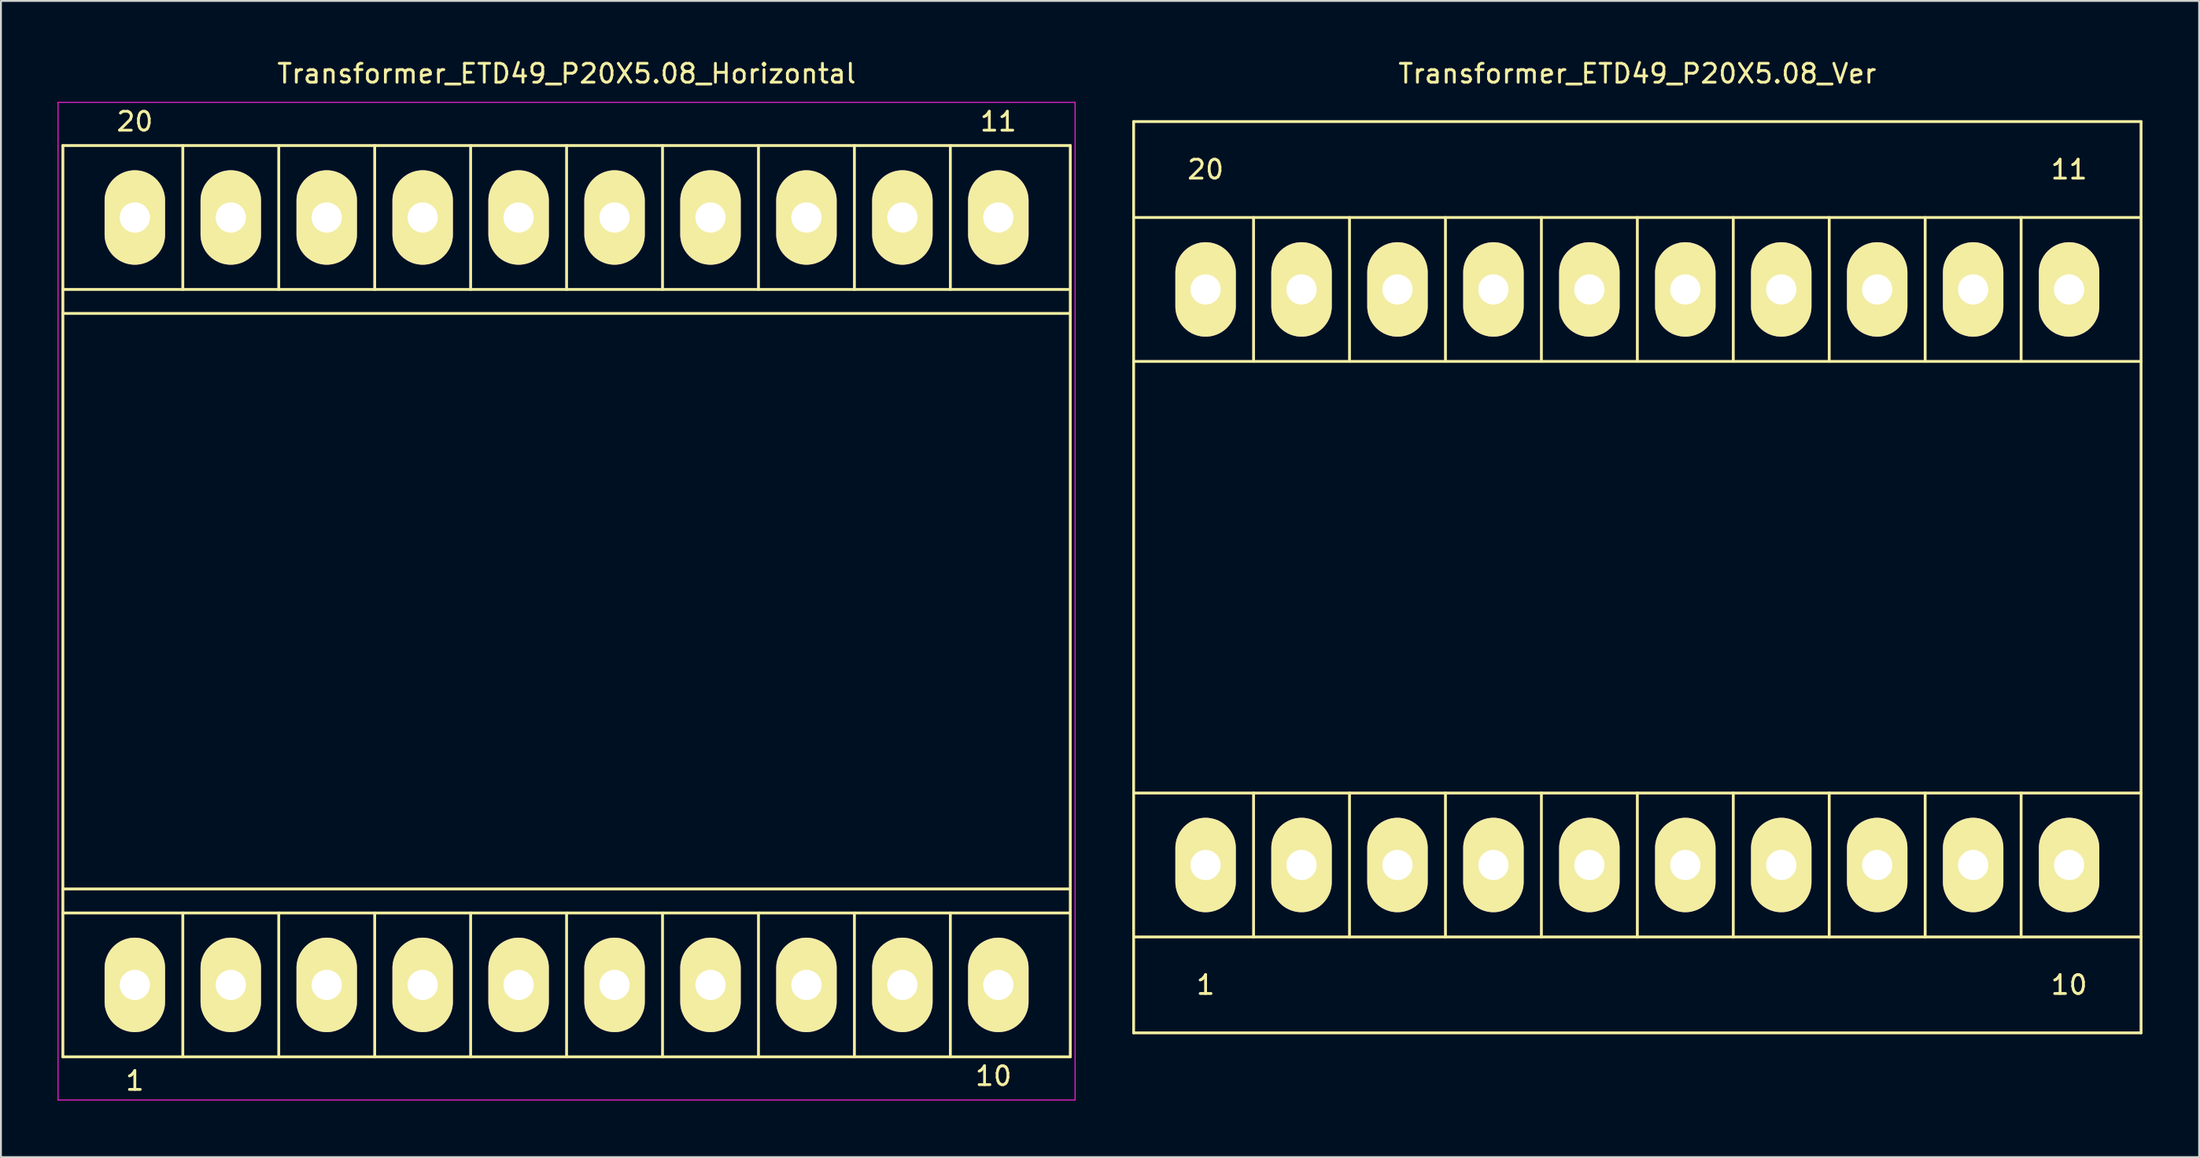
<source format=kicad_pcb>
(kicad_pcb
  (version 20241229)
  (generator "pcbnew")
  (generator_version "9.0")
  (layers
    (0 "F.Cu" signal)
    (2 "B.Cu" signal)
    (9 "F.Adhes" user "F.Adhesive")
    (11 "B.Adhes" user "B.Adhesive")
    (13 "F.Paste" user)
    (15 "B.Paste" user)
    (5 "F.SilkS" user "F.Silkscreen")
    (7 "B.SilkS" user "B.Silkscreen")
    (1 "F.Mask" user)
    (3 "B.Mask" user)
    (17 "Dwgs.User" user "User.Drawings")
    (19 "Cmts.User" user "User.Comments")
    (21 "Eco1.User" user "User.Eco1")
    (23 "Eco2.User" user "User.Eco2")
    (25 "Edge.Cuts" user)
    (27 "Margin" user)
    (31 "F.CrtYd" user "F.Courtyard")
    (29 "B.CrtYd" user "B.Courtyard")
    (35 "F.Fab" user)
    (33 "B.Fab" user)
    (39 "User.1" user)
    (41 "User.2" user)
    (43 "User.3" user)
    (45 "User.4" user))
  (footprint "Transformer_ETD49_P20X5.08_Horizontal"
    (layer "F.Cu")
    (at 4.089 49.108)
    (property "Reference" "Transformer_ETD49_P20X5.08_Horizontal" (at 22.86 -48.26 0) (layer "F.SilkS") (effects (font (size 1 1) (thickness 0.15))))
    (attr through_hole)
    (fp_line (start -3.81 -44.45) (end 49.53 -44.45) (stroke (width 0.15) (type solid)) (layer "F.SilkS"))
    (fp_line (start -3.81 -36.83) (end 49.53 -36.83) (stroke (width 0.15) (type solid)) (layer "F.SilkS"))
    (fp_line (start -3.81 -35.56) (end 49.53 -35.56) (stroke (width 0.15) (type solid)) (layer "F.SilkS"))
    (fp_line (start -3.81 -5.08) (end 49.53 -5.08) (stroke (width 0.15) (type solid)) (layer "F.SilkS"))
    (fp_line (start -3.81 -3.81) (end 49.53 -3.81) (stroke (width 0.15) (type solid)) (layer "F.SilkS"))
    (fp_line (start -3.81 3.81) (end -3.81 -44.45) (stroke (width 0.15) (type solid)) (layer "F.SilkS"))
    (fp_line (start 2.54 -44.45) (end 2.54 -36.83) (stroke (width 0.15) (type solid)) (layer "F.SilkS"))
    (fp_line (start 2.54 -3.81) (end 2.54 3.81) (stroke (width 0.15) (type solid)) (layer "F.SilkS"))
    (fp_line (start 7.62 -44.45) (end 7.62 -36.83) (stroke (width 0.15) (type solid)) (layer "F.SilkS"))
    (fp_line (start 7.62 -3.81) (end 7.62 3.81) (stroke (width 0.15) (type solid)) (layer "F.SilkS"))
    (fp_line (start 12.7 -44.45) (end 12.7 -36.83) (stroke (width 0.15) (type solid)) (layer "F.SilkS"))
    (fp_line (start 12.7 -3.81) (end 12.7 3.81) (stroke (width 0.15) (type solid)) (layer "F.SilkS"))
    (fp_line (start 17.78 -44.45) (end 17.78 -36.83) (stroke (width 0.15) (type solid)) (layer "F.SilkS"))
    (fp_line (start 17.78 -3.81) (end 17.78 3.81) (stroke (width 0.15) (type solid)) (layer "F.SilkS"))
    (fp_line (start 22.86 -44.45) (end 22.86 -36.83) (stroke (width 0.15) (type solid)) (layer "F.SilkS"))
    (fp_line (start 22.86 -3.81) (end 22.86 3.81) (stroke (width 0.15) (type solid)) (layer "F.SilkS"))
    (fp_line (start 27.94 -44.45) (end 27.94 -36.83) (stroke (width 0.15) (type solid)) (layer "F.SilkS"))
    (fp_line (start 27.94 -3.81) (end 27.94 3.81) (stroke (width 0.15) (type solid)) (layer "F.SilkS"))
    (fp_line (start 33.02 -44.45) (end 33.02 -36.83) (stroke (width 0.15) (type solid)) (layer "F.SilkS"))
    (fp_line (start 33.02 -3.81) (end 33.02 3.81) (stroke (width 0.15) (type solid)) (layer "F.SilkS"))
    (fp_line (start 38.1 -44.45) (end 38.1 -36.83) (stroke (width 0.15) (type solid)) (layer "F.SilkS"))
    (fp_line (start 38.1 -3.81) (end 38.1 3.81) (stroke (width 0.15) (type solid)) (layer "F.SilkS"))
    (fp_line (start 43.18 -44.45) (end 43.18 -36.83) (stroke (width 0.15) (type solid)) (layer "F.SilkS"))
    (fp_line (start 43.18 -3.81) (end 43.18 3.81) (stroke (width 0.15) (type solid)) (layer "F.SilkS"))
    (fp_line (start 49.53 -44.45) (end 49.53 3.81) (stroke (width 0.15) (type solid)) (layer "F.SilkS"))
    (fp_line (start 49.53 3.81) (end -3.81 3.81) (stroke (width 0.15) (type solid)) (layer "F.SilkS"))
    (fp_line (start -4.064 -46.736) (end 49.784 -46.736) (stroke (width 0.05) (type solid)) (layer "F.CrtYd"))
    (fp_line (start -4.064 6.096) (end -4.064 -46.736) (stroke (width 0.05) (type solid)) (layer "F.CrtYd"))
    (fp_line (start 49.784 -46.736) (end 49.784 6.096) (stroke (width 0.05) (type solid)) (layer "F.CrtYd"))
    (fp_line (start 49.784 6.096) (end -4.064 6.096) (stroke (width 0.05) (type solid)) (layer "F.CrtYd"))
    (fp_text user "10" (at 45.466 4.826 0) (layer "F.SilkS") (effects (font (size 1 1) (thickness 0.15))))
    (fp_text user "20" (at 0 -45.72 0) (layer "F.SilkS") (effects (font (size 1 1) (thickness 0.15))))
    (fp_text user "11" (at 45.72 -45.72 0) (layer "F.SilkS") (effects (font (size 1 1) (thickness 0.15))))
    (fp_text user "1" (at 0 5.08 0) (layer "F.SilkS") (effects (font (size 1 1) (thickness 0.15))))
    (pad "1" thru_hole oval (at 0 0) (size 3.2 5) (drill 1.6) (layers "*.Cu" "*.Mask" "F.SilkS"))
    (pad "2" thru_hole oval (at 5.08 0) (size 3.2 5) (drill 1.6) (layers "*.Cu" "*.Mask" "F.SilkS"))
    (pad "3" thru_hole oval (at 10.16 0) (size 3.2 5) (drill 1.6) (layers "*.Cu" "*.Mask" "F.SilkS"))
    (pad "4" thru_hole oval (at 15.24 0) (size 3.2 5) (drill 1.6) (layers "*.Cu" "*.Mask" "F.SilkS"))
    (pad "5" thru_hole oval (at 20.32 0) (size 3.2 5) (drill 1.6) (layers "*.Cu" "*.Mask" "F.SilkS"))
    (pad "6" thru_hole oval (at 25.4 0) (size 3.2 5) (drill 1.6) (layers "*.Cu" "*.Mask" "F.SilkS"))
    (pad "7" thru_hole oval (at 30.48 0) (size 3.2 5) (drill 1.6) (layers "*.Cu" "*.Mask" "F.SilkS"))
    (pad "8" thru_hole oval (at 35.56 0) (size 3.2 5) (drill 1.6) (layers "*.Cu" "*.Mask" "F.SilkS"))
    (pad "9" thru_hole oval (at 40.64 0) (size 3.2 5) (drill 1.6) (layers "*.Cu" "*.Mask" "F.SilkS"))
    (pad "10" thru_hole oval (at 45.72 0) (size 3.2 5) (drill 1.6) (layers "*.Cu" "*.Mask" "F.SilkS"))
    (pad "11" thru_hole oval (at 45.72 -40.64) (size 3.2 5) (drill 1.6) (layers "*.Cu" "*.Mask" "F.SilkS"))
    (pad "12" thru_hole oval (at 40.64 -40.64) (size 3.2 5) (drill 1.6) (layers "*.Cu" "*.Mask" "F.SilkS"))
    (pad "13" thru_hole oval (at 35.56 -40.64) (size 3.2 5) (drill 1.6) (layers "*.Cu" "*.Mask" "F.SilkS"))
    (pad "14" thru_hole oval (at 30.48 -40.64) (size 3.2 5) (drill 1.6) (layers "*.Cu" "*.Mask" "F.SilkS"))
    (pad "15" thru_hole oval (at 25.4 -40.64) (size 3.2 5) (drill 1.6) (layers "*.Cu" "*.Mask" "F.SilkS"))
    (pad "16" thru_hole oval (at 20.32 -40.64) (size 3.2 5) (drill 1.6) (layers "*.Cu" "*.Mask" "F.SilkS"))
    (pad "17" thru_hole oval (at 15.24 -40.64) (size 3.2 5) (drill 1.6) (layers "*.Cu" "*.Mask" "F.SilkS"))
    (pad "18" thru_hole oval (at 10.16 -40.64) (size 3.2 5) (drill 1.6) (layers "*.Cu" "*.Mask" "F.SilkS"))
    (pad "19" thru_hole oval (at 5.08 -40.64) (size 3.2 5) (drill 1.6) (layers "*.Cu" "*.Mask" "F.SilkS"))
    (pad "20" thru_hole oval (at 0 -40.64) (size 3.2 5) (drill 1.6) (layers "*.Cu" "*.Mask" "F.SilkS")))
  (footprint "Transformer_ETD49_P20X5.08_Ver"
    (layer "F.Cu")
    (at 83.643 27.518)
    (property "Reference" "Transformer_ETD49_P20X5.08_Ver" (at 0 -26.67 0) (layer "F.SilkS") (effects (font (size 1 1) (thickness 0.15))))
    (attr through_hole)
    (fp_line (start -26.67 -24.13) (end 26.67 -24.13) (stroke (width 0.15) (type solid)) (layer "F.SilkS"))
    (fp_line (start -26.67 -19.05) (end 26.67 -19.05) (stroke (width 0.15) (type solid)) (layer "F.SilkS"))
    (fp_line (start -26.67 -11.43) (end 26.67 -11.43) (stroke (width 0.15) (type solid)) (layer "F.SilkS"))
    (fp_line (start -26.67 11.43) (end 26.67 11.43) (stroke (width 0.15) (type solid)) (layer "F.SilkS"))
    (fp_line (start -26.67 19.05) (end 26.67 19.05) (stroke (width 0.15) (type solid)) (layer "F.SilkS"))
    (fp_line (start -26.67 24.13) (end -26.67 -24.13) (stroke (width 0.15) (type solid)) (layer "F.SilkS"))
    (fp_line (start -20.32 -19.05) (end -20.32 -11.43) (stroke (width 0.15) (type solid)) (layer "F.SilkS"))
    (fp_line (start -20.32 11.43) (end -20.32 19.05) (stroke (width 0.15) (type solid)) (layer "F.SilkS"))
    (fp_line (start -15.24 -19.05) (end -15.24 -11.43) (stroke (width 0.15) (type solid)) (layer "F.SilkS"))
    (fp_line (start -15.24 11.43) (end -15.24 19.05) (stroke (width 0.15) (type solid)) (layer "F.SilkS"))
    (fp_line (start -10.16 -19.05) (end -10.16 -11.43) (stroke (width 0.15) (type solid)) (layer "F.SilkS"))
    (fp_line (start -10.16 11.43) (end -10.16 19.05) (stroke (width 0.15) (type solid)) (layer "F.SilkS"))
    (fp_line (start -5.08 -19.05) (end -5.08 -11.43) (stroke (width 0.15) (type solid)) (layer "F.SilkS"))
    (fp_line (start -5.08 11.43) (end -5.08 19.05) (stroke (width 0.15) (type solid)) (layer "F.SilkS"))
    (fp_line (start 0 -19.05) (end 0 -11.43) (stroke (width 0.15) (type solid)) (layer "F.SilkS"))
    (fp_line (start 0 11.43) (end 0 19.05) (stroke (width 0.15) (type solid)) (layer "F.SilkS"))
    (fp_line (start 5.08 -19.05) (end 5.08 -11.43) (stroke (width 0.15) (type solid)) (layer "F.SilkS"))
    (fp_line (start 5.08 11.43) (end 5.08 19.05) (stroke (width 0.15) (type solid)) (layer "F.SilkS"))
    (fp_line (start 10.16 -19.05) (end 10.16 -11.43) (stroke (width 0.15) (type solid)) (layer "F.SilkS"))
    (fp_line (start 10.16 11.43) (end 10.16 19.05) (stroke (width 0.15) (type solid)) (layer "F.SilkS"))
    (fp_line (start 15.24 -19.05) (end 15.24 -11.43) (stroke (width 0.15) (type solid)) (layer "F.SilkS"))
    (fp_line (start 15.24 11.43) (end 15.24 19.05) (stroke (width 0.15) (type solid)) (layer "F.SilkS"))
    (fp_line (start 20.32 -19.05) (end 20.32 -11.43) (stroke (width 0.15) (type solid)) (layer "F.SilkS"))
    (fp_line (start 20.32 11.43) (end 20.32 19.05) (stroke (width 0.15) (type solid)) (layer "F.SilkS"))
    (fp_line (start 26.67 -24.13) (end 26.67 24.13) (stroke (width 0.15) (type solid)) (layer "F.SilkS"))
    (fp_line (start 26.67 24.13) (end -26.67 24.13) (stroke (width 0.15) (type solid)) (layer "F.SilkS"))
    (fp_text user "10" (at 22.86 21.59 0) (layer "F.SilkS") (effects (font (size 1 1) (thickness 0.15))))
    (fp_text user "1" (at -22.86 21.59 0) (layer "F.SilkS") (effects (font (size 1 1) (thickness 0.15))))
    (fp_text user "20" (at -22.86 -21.59 0) (layer "F.SilkS") (effects (font (size 1 1) (thickness 0.15))))
    (fp_text user "11" (at 22.86 -21.59 0) (layer "F.SilkS") (effects (font (size 1 1) (thickness 0.15))))
    (pad "1" thru_hole oval (at -22.86 15.24) (size 3.2 5) (drill 1.6) (layers "*.Cu" "*.Mask" "F.SilkS"))
    (pad "2" thru_hole oval (at -17.78 15.24) (size 3.2 5) (drill 1.6) (layers "*.Cu" "*.Mask" "F.SilkS"))
    (pad "3" thru_hole oval (at -12.7 15.24) (size 3.2 5) (drill 1.6) (layers "*.Cu" "*.Mask" "F.SilkS"))
    (pad "4" thru_hole oval (at -7.62 15.24) (size 3.2 5) (drill 1.6) (layers "*.Cu" "*.Mask" "F.SilkS"))
    (pad "5" thru_hole oval (at -2.54 15.24) (size 3.2 5) (drill 1.6) (layers "*.Cu" "*.Mask" "F.SilkS"))
    (pad "6" thru_hole oval (at 2.54 15.24) (size 3.2 5) (drill 1.6) (layers "*.Cu" "*.Mask" "F.SilkS"))
    (pad "7" thru_hole oval (at 7.62 15.24) (size 3.2 5) (drill 1.6) (layers "*.Cu" "*.Mask" "F.SilkS"))
    (pad "8" thru_hole oval (at 12.7 15.24) (size 3.2 5) (drill 1.6) (layers "*.Cu" "*.Mask" "F.SilkS"))
    (pad "9" thru_hole oval (at 17.78 15.24) (size 3.2 5) (drill 1.6) (layers "*.Cu" "*.Mask" "F.SilkS"))
    (pad "10" thru_hole oval (at 22.86 15.24) (size 3.2 5) (drill 1.6) (layers "*.Cu" "*.Mask" "F.SilkS"))
    (pad "11" thru_hole oval (at 22.86 -15.24) (size 3.2 5) (drill 1.6) (layers "*.Cu" "*.Mask" "F.SilkS"))
    (pad "12" thru_hole oval (at 17.78 -15.24) (size 3.2 5) (drill 1.6) (layers "*.Cu" "*.Mask" "F.SilkS"))
    (pad "13" thru_hole oval (at 12.7 -15.24) (size 3.2 5) (drill 1.6) (layers "*.Cu" "*.Mask" "F.SilkS"))
    (pad "14" thru_hole oval (at 7.62 -15.24) (size 3.2 5) (drill 1.6) (layers "*.Cu" "*.Mask" "F.SilkS"))
    (pad "15" thru_hole oval (at 2.54 -15.24) (size 3.2 5) (drill 1.6) (layers "*.Cu" "*.Mask" "F.SilkS"))
    (pad "16" thru_hole oval (at -2.54 -15.24) (size 3.2 5) (drill 1.6) (layers "*.Cu" "*.Mask" "F.SilkS"))
    (pad "17" thru_hole oval (at -7.62 -15.24) (size 3.2 5) (drill 1.6) (layers "*.Cu" "*.Mask" "F.SilkS"))
    (pad "18" thru_hole oval (at -12.7 -15.24) (size 3.2 5) (drill 1.6) (layers "*.Cu" "*.Mask" "F.SilkS"))
    (pad "19" thru_hole oval (at -17.78 -15.24) (size 3.2 5) (drill 1.6) (layers "*.Cu" "*.Mask" "F.SilkS"))
    (pad "20" thru_hole oval (at -22.86 -15.24) (size 3.2 5) (drill 1.6) (layers "*.Cu" "*.Mask" "F.SilkS")))
  (gr_rect
    (start -3 -3)
    (end 113.388 58.229)
    (stroke (width 0.1) (type default))
    (fill no)
    (layer "Edge.Cuts")))
</source>
